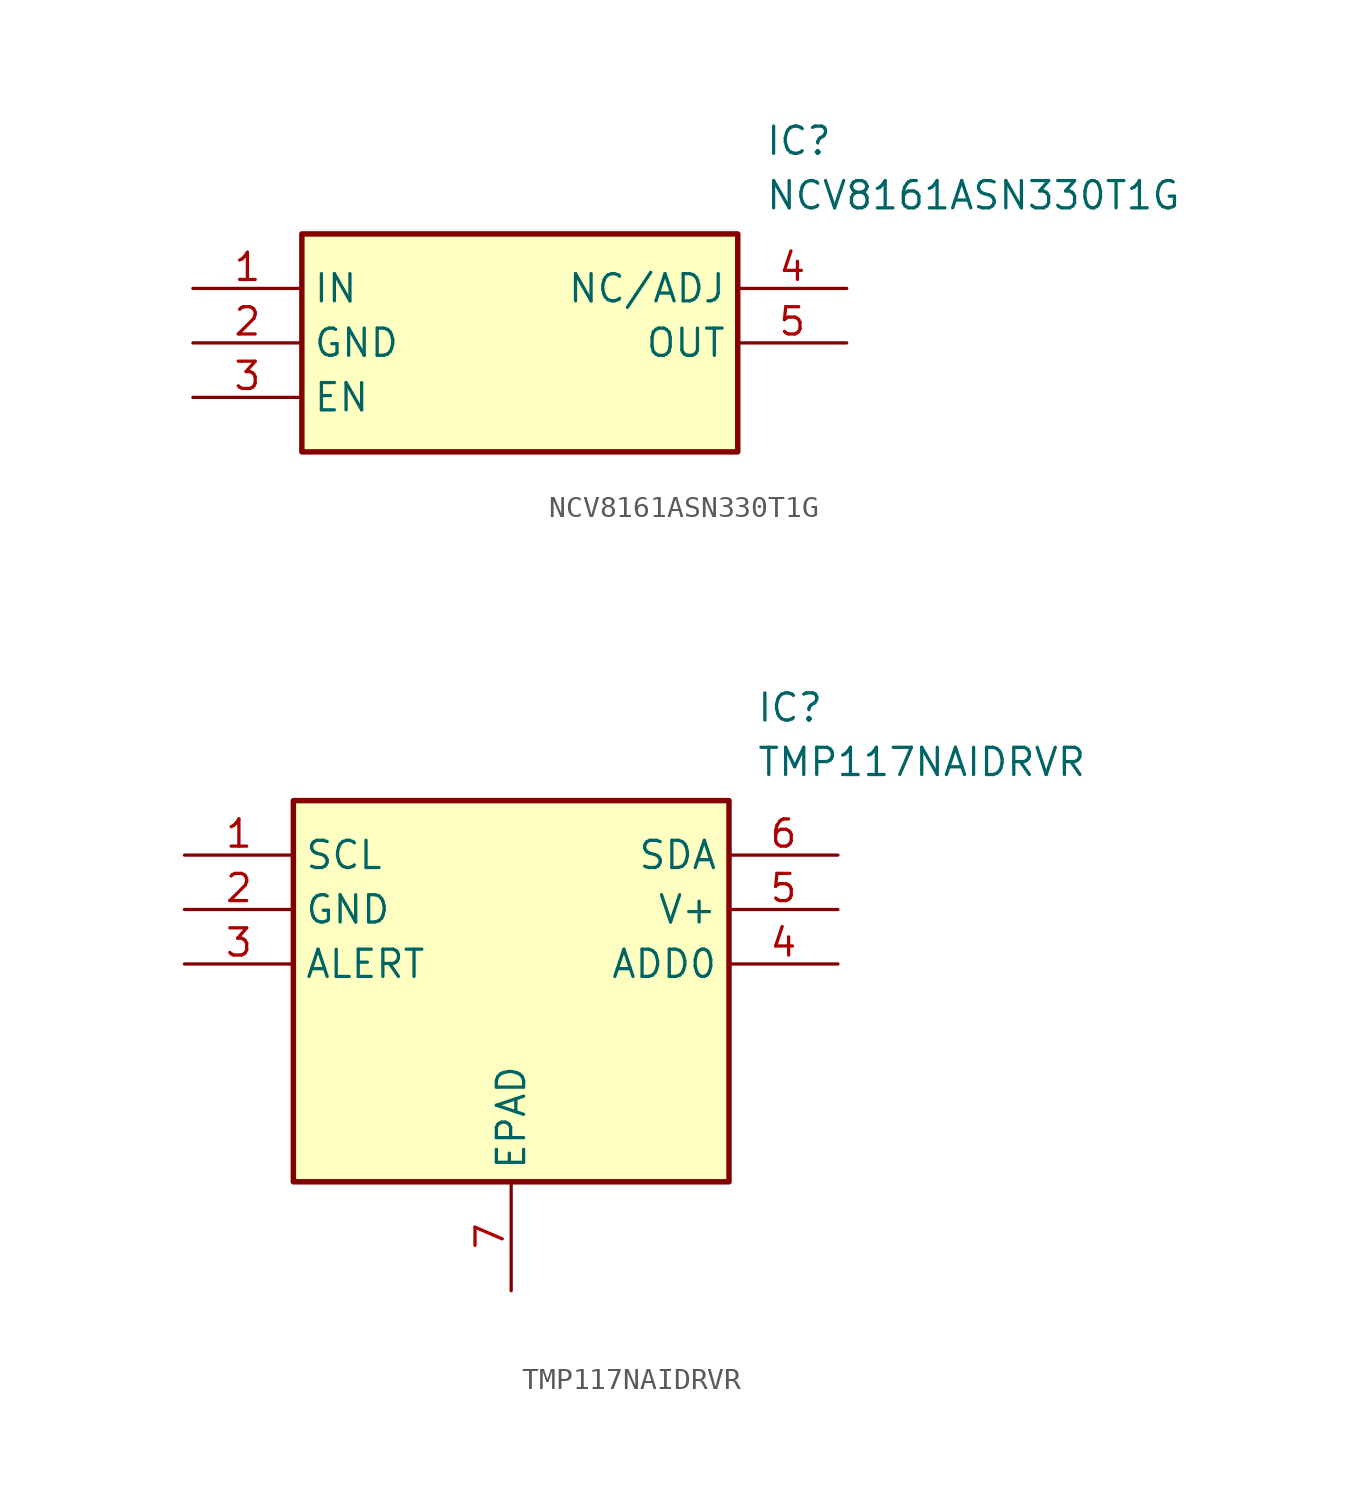
<source format=kicad_sym>
(kicad_symbol_lib
  (version 20220914)
  (generator kicad_symbol_editor)
  (symbol "NCV8161ASN330T1G"
    (property "Reference" "IC"
      (at 26.67 7.62 0)
      (effects (font (size 1.27 1.27)) (justify left top)))
    (property "Value" "NCV8161ASN330T1G"
      (at 26.67 5.08 0)
      (effects (font (size 1.27 1.27)) (justify left top)))
    (symbol "NCV8161ASN330T1G_1_1"
      (rectangle (start 5.08 2.54) (end 25.4 -7.62) (stroke (width 0.254) (type default)) (fill (type background)))
      (pin passive line (at 0 0 0) (length 5.08) (name "IN" (effects (font (size 1.27 1.27)))) (number "1" (effects (font (size 1.27 1.27)))))
      (pin passive line (at 0 -2.54 0) (length 5.08) (name "GND" (effects (font (size 1.27 1.27)))) (number "2" (effects (font (size 1.27 1.27)))))
      (pin passive line (at 0 -5.08 0) (length 5.08) (name "EN" (effects (font (size 1.27 1.27)))) (number "3" (effects (font (size 1.27 1.27)))))
      (pin passive line (at 30.48 0 180) (length 5.08) (name "NC/ADJ" (effects (font (size 1.27 1.27)))) (number "4" (effects (font (size 1.27 1.27)))))
      (pin passive line (at 30.48 -2.54 180) (length 5.08) (name "OUT" (effects (font (size 1.27 1.27)))) (number "5" (effects (font (size 1.27 1.27)))))))
  (symbol "TMP117NAIDRVR"
    (property "Reference" "IC"
      (at 26.67 7.62 0)
      (effects (font (size 1.27 1.27)) (justify left top)))
    (property "Value" "TMP117NAIDRVR"
      (at 26.67 5.08 0)
      (effects (font (size 1.27 1.27)) (justify left top)))
    (symbol "TMP117NAIDRVR_1_1"
      (rectangle (start 5.08 2.54) (end 25.4 -15.24) (stroke (width 0.254) (type default)) (fill (type background)))
      (pin passive line (at 0 0 0) (length 5.08) (name "SCL" (effects (font (size 1.27 1.27)))) (number "1" (effects (font (size 1.27 1.27)))))
      (pin passive line (at 0 -2.54 0) (length 5.08) (name "GND" (effects (font (size 1.27 1.27)))) (number "2" (effects (font (size 1.27 1.27)))))
      (pin passive line (at 0 -5.08 0) (length 5.08) (name "ALERT" (effects (font (size 1.27 1.27)))) (number "3" (effects (font (size 1.27 1.27)))))
      (pin passive line (at 30.48 -5.08 180) (length 5.08) (name "ADD0" (effects (font (size 1.27 1.27)))) (number "4" (effects (font (size 1.27 1.27)))))
      (pin passive line (at 30.48 -2.54 180) (length 5.08) (name "V+" (effects (font (size 1.27 1.27)))) (number "5" (effects (font (size 1.27 1.27)))))
      (pin passive line (at 30.48 0 180) (length 5.08) (name "SDA" (effects (font (size 1.27 1.27)))) (number "6" (effects (font (size 1.27 1.27)))))
      (pin passive line (at 15.24 -20.32 90) (length 5.08) (name "EPAD" (effects (font (size 1.27 1.27)))) (number "7" (effects (font (size 1.27 1.27))))))))
</source>
